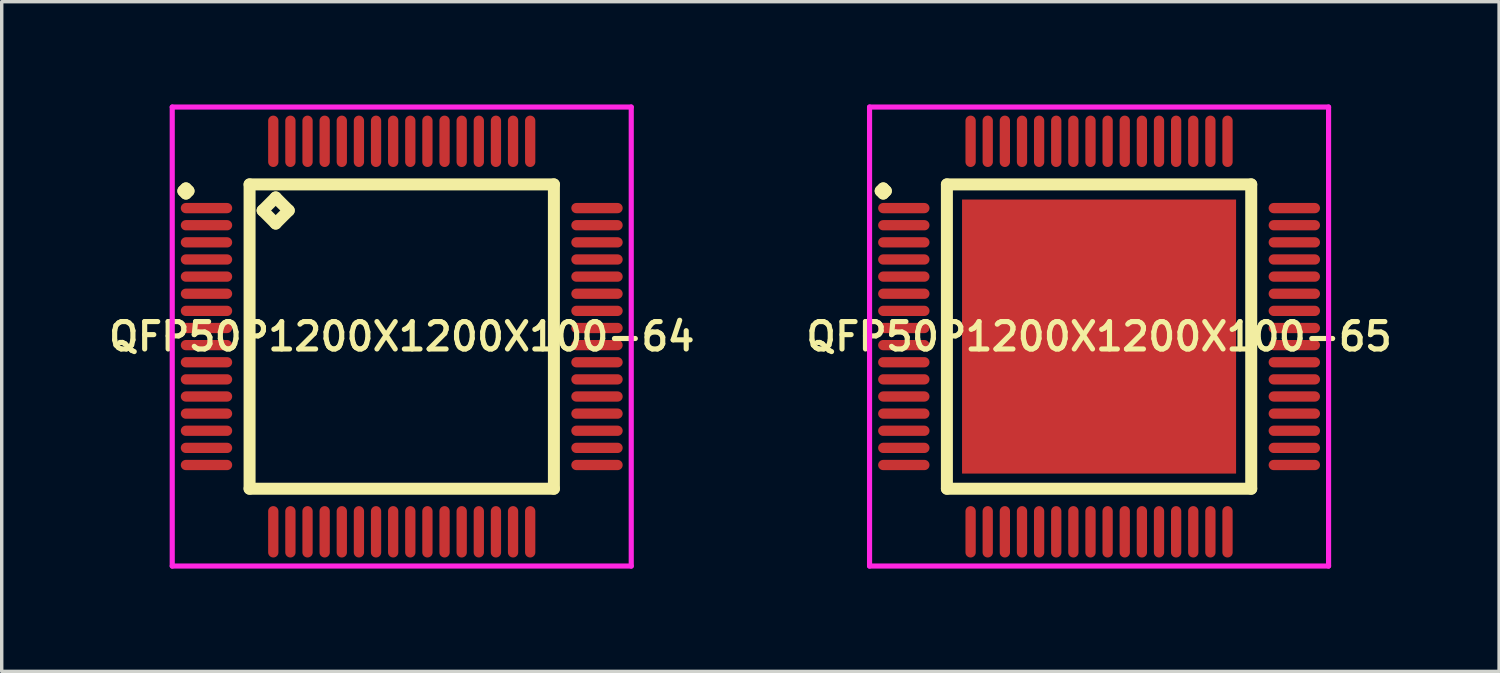
<source format=kicad_pcb>
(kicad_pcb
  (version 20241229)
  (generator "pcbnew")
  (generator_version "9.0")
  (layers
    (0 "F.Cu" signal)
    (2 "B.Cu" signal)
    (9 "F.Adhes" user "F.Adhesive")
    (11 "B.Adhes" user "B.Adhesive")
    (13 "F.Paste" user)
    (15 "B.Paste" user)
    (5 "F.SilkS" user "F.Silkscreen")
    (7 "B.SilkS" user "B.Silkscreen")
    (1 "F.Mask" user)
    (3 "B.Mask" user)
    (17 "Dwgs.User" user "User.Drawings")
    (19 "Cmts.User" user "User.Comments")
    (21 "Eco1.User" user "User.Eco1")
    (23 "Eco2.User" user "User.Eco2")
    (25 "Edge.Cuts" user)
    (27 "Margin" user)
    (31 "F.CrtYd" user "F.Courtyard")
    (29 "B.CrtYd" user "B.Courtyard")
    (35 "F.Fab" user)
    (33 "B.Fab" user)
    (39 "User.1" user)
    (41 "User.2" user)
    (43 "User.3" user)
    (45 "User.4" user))
  (footprint "QFP50P1200X1200X100-64"
    (layer "F.Cu")
    (at 8.678 6.775)
    (property "Reference" "QFP50P1200X1200X100-64" (at 0 0 0) (layer "F.SilkS") (effects (font (size 0.8 0.8) (thickness 0.15))))
    (attr through_hole)
    (fp_line (start -6.375 -4.25) (end -6.3 -4.325) (stroke (width 0.35) (type solid)) (layer "F.SilkS"))
    (fp_line (start -6.3 -4.325) (end -6.225 -4.25) (stroke (width 0.35) (type solid)) (layer "F.SilkS"))
    (fp_line (start -6.3 -4.175) (end -6.375 -4.25) (stroke (width 0.35) (type solid)) (layer "F.SilkS"))
    (fp_line (start -6.225 -4.25) (end -6.3 -4.175) (stroke (width 0.35) (type solid)) (layer "F.SilkS"))
    (fp_line (start -4.442 -4.442) (end -4.442 4.442) (stroke (width 0.35) (type solid)) (layer "F.SilkS"))
    (fp_line (start -4.442 4.442) (end 4.442 4.442) (stroke (width 0.35) (type solid)) (layer "F.SilkS"))
    (fp_line (start -4.061 -3.68) (end -3.68 -4.061) (stroke (width 0.35) (type solid)) (layer "F.SilkS"))
    (fp_line (start -3.68 -4.061) (end -3.299 -3.68) (stroke (width 0.35) (type solid)) (layer "F.SilkS"))
    (fp_line (start -3.68 -3.299) (end -4.061 -3.68) (stroke (width 0.35) (type solid)) (layer "F.SilkS"))
    (fp_line (start -3.299 -3.68) (end -3.68 -3.299) (stroke (width 0.35) (type solid)) (layer "F.SilkS"))
    (fp_line (start 4.442 -4.442) (end -4.442 -4.442) (stroke (width 0.35) (type solid)) (layer "F.SilkS"))
    (fp_line (start 4.442 4.442) (end 4.442 -4.442) (stroke (width 0.35) (type solid)) (layer "F.SilkS"))
    (fp_line (start -6.7 -6.7) (end 6.7 -6.7) (stroke (width 0.15) (type solid)) (layer "F.CrtYd"))
    (fp_line (start -6.7 6.7) (end -6.7 -6.7) (stroke (width 0.15) (type solid)) (layer "F.CrtYd"))
    (fp_line (start 6.7 -6.7) (end 6.7 6.7) (stroke (width 0.15) (type solid)) (layer "F.CrtYd"))
    (fp_line (start 6.7 6.7) (end -6.7 6.7) (stroke (width 0.15) (type solid)) (layer "F.CrtYd"))
    (pad "1" smd oval (at -5.7 -3.75) (size 1.5 0.3) (layers "F.Cu" "F.Mask" "F.Paste"))
    (pad "2" smd oval (at -5.7 -3.25) (size 1.5 0.3) (layers "F.Cu" "F.Mask" "F.Paste"))
    (pad "3" smd oval (at -5.7 -2.75) (size 1.5 0.3) (layers "F.Cu" "F.Mask" "F.Paste"))
    (pad "4" smd oval (at -5.7 -2.25) (size 1.5 0.3) (layers "F.Cu" "F.Mask" "F.Paste"))
    (pad "5" smd oval (at -5.7 -1.75) (size 1.5 0.3) (layers "F.Cu" "F.Mask" "F.Paste"))
    (pad "6" smd oval (at -5.7 -1.25) (size 1.5 0.3) (layers "F.Cu" "F.Mask" "F.Paste"))
    (pad "7" smd oval (at -5.7 -0.75) (size 1.5 0.3) (layers "F.Cu" "F.Mask" "F.Paste"))
    (pad "8" smd oval (at -5.7 -0.25) (size 1.5 0.3) (layers "F.Cu" "F.Mask" "F.Paste"))
    (pad "9" smd oval (at -5.7 0.25) (size 1.5 0.3) (layers "F.Cu" "F.Mask" "F.Paste"))
    (pad "10" smd oval (at -5.7 0.75) (size 1.5 0.3) (layers "F.Cu" "F.Mask" "F.Paste"))
    (pad "11" smd oval (at -5.7 1.25) (size 1.5 0.3) (layers "F.Cu" "F.Mask" "F.Paste"))
    (pad "12" smd oval (at -5.7 1.75) (size 1.5 0.3) (layers "F.Cu" "F.Mask" "F.Paste"))
    (pad "13" smd oval (at -5.7 2.25) (size 1.5 0.3) (layers "F.Cu" "F.Mask" "F.Paste"))
    (pad "14" smd oval (at -5.7 2.75) (size 1.5 0.3) (layers "F.Cu" "F.Mask" "F.Paste"))
    (pad "15" smd oval (at -5.7 3.25) (size 1.5 0.3) (layers "F.Cu" "F.Mask" "F.Paste"))
    (pad "16" smd oval (at -5.7 3.75) (size 1.5 0.3) (layers "F.Cu" "F.Mask" "F.Paste"))
    (pad "17" smd oval (at -3.75 5.7) (size 0.3 1.5) (layers "F.Cu" "F.Mask" "F.Paste"))
    (pad "18" smd oval (at -3.25 5.7) (size 0.3 1.5) (layers "F.Cu" "F.Mask" "F.Paste"))
    (pad "19" smd oval (at -2.75 5.7) (size 0.3 1.5) (layers "F.Cu" "F.Mask" "F.Paste"))
    (pad "20" smd oval (at -2.25 5.7) (size 0.3 1.5) (layers "F.Cu" "F.Mask" "F.Paste"))
    (pad "21" smd oval (at -1.75 5.7) (size 0.3 1.5) (layers "F.Cu" "F.Mask" "F.Paste"))
    (pad "22" smd oval (at -1.25 5.7) (size 0.3 1.5) (layers "F.Cu" "F.Mask" "F.Paste"))
    (pad "23" smd oval (at -0.75 5.7) (size 0.3 1.5) (layers "F.Cu" "F.Mask" "F.Paste"))
    (pad "24" smd oval (at -0.25 5.7) (size 0.3 1.5) (layers "F.Cu" "F.Mask" "F.Paste"))
    (pad "25" smd oval (at 0.25 5.7) (size 0.3 1.5) (layers "F.Cu" "F.Mask" "F.Paste"))
    (pad "26" smd oval (at 0.75 5.7) (size 0.3 1.5) (layers "F.Cu" "F.Mask" "F.Paste"))
    (pad "27" smd oval (at 1.25 5.7) (size 0.3 1.5) (layers "F.Cu" "F.Mask" "F.Paste"))
    (pad "28" smd oval (at 1.75 5.7) (size 0.3 1.5) (layers "F.Cu" "F.Mask" "F.Paste"))
    (pad "29" smd oval (at 2.25 5.7) (size 0.3 1.5) (layers "F.Cu" "F.Mask" "F.Paste"))
    (pad "30" smd oval (at 2.75 5.7) (size 0.3 1.5) (layers "F.Cu" "F.Mask" "F.Paste"))
    (pad "31" smd oval (at 3.25 5.7) (size 0.3 1.5) (layers "F.Cu" "F.Mask" "F.Paste"))
    (pad "32" smd oval (at 3.75 5.7) (size 0.3 1.5) (layers "F.Cu" "F.Mask" "F.Paste"))
    (pad "33" smd oval (at 5.7 3.75) (size 1.5 0.3) (layers "F.Cu" "F.Mask" "F.Paste"))
    (pad "34" smd oval (at 5.7 3.25) (size 1.5 0.3) (layers "F.Cu" "F.Mask" "F.Paste"))
    (pad "35" smd oval (at 5.7 2.75) (size 1.5 0.3) (layers "F.Cu" "F.Mask" "F.Paste"))
    (pad "36" smd oval (at 5.7 2.25) (size 1.5 0.3) (layers "F.Cu" "F.Mask" "F.Paste"))
    (pad "37" smd oval (at 5.7 1.75) (size 1.5 0.3) (layers "F.Cu" "F.Mask" "F.Paste"))
    (pad "38" smd oval (at 5.7 1.25) (size 1.5 0.3) (layers "F.Cu" "F.Mask" "F.Paste"))
    (pad "39" smd oval (at 5.7 0.75) (size 1.5 0.3) (layers "F.Cu" "F.Mask" "F.Paste"))
    (pad "40" smd oval (at 5.7 0.25) (size 1.5 0.3) (layers "F.Cu" "F.Mask" "F.Paste"))
    (pad "41" smd oval (at 5.7 -0.25) (size 1.5 0.3) (layers "F.Cu" "F.Mask" "F.Paste"))
    (pad "42" smd oval (at 5.7 -0.75) (size 1.5 0.3) (layers "F.Cu" "F.Mask" "F.Paste"))
    (pad "43" smd oval (at 5.7 -1.25) (size 1.5 0.3) (layers "F.Cu" "F.Mask" "F.Paste"))
    (pad "44" smd oval (at 5.7 -1.75) (size 1.5 0.3) (layers "F.Cu" "F.Mask" "F.Paste"))
    (pad "45" smd oval (at 5.7 -2.25) (size 1.5 0.3) (layers "F.Cu" "F.Mask" "F.Paste"))
    (pad "46" smd oval (at 5.7 -2.75) (size 1.5 0.3) (layers "F.Cu" "F.Mask" "F.Paste"))
    (pad "47" smd oval (at 5.7 -3.25) (size 1.5 0.3) (layers "F.Cu" "F.Mask" "F.Paste"))
    (pad "48" smd oval (at 5.7 -3.75) (size 1.5 0.3) (layers "F.Cu" "F.Mask" "F.Paste"))
    (pad "49" smd oval (at 3.75 -5.7) (size 0.3 1.5) (layers "F.Cu" "F.Mask" "F.Paste"))
    (pad "50" smd oval (at 3.25 -5.7) (size 0.3 1.5) (layers "F.Cu" "F.Mask" "F.Paste"))
    (pad "51" smd oval (at 2.75 -5.7) (size 0.3 1.5) (layers "F.Cu" "F.Mask" "F.Paste"))
    (pad "52" smd oval (at 2.25 -5.7) (size 0.3 1.5) (layers "F.Cu" "F.Mask" "F.Paste"))
    (pad "53" smd oval (at 1.75 -5.7) (size 0.3 1.5) (layers "F.Cu" "F.Mask" "F.Paste"))
    (pad "54" smd oval (at 1.25 -5.7) (size 0.3 1.5) (layers "F.Cu" "F.Mask" "F.Paste"))
    (pad "55" smd oval (at 0.75 -5.7) (size 0.3 1.5) (layers "F.Cu" "F.Mask" "F.Paste"))
    (pad "56" smd oval (at 0.25 -5.7) (size 0.3 1.5) (layers "F.Cu" "F.Mask" "F.Paste"))
    (pad "57" smd oval (at -0.25 -5.7) (size 0.3 1.5) (layers "F.Cu" "F.Mask" "F.Paste"))
    (pad "58" smd oval (at -0.75 -5.7) (size 0.3 1.5) (layers "F.Cu" "F.Mask" "F.Paste"))
    (pad "59" smd oval (at -1.25 -5.7) (size 0.3 1.5) (layers "F.Cu" "F.Mask" "F.Paste"))
    (pad "60" smd oval (at -1.75 -5.7) (size 0.3 1.5) (layers "F.Cu" "F.Mask" "F.Paste"))
    (pad "61" smd oval (at -2.25 -5.7) (size 0.3 1.5) (layers "F.Cu" "F.Mask" "F.Paste"))
    (pad "62" smd oval (at -2.75 -5.7) (size 0.3 1.5) (layers "F.Cu" "F.Mask" "F.Paste"))
    (pad "63" smd oval (at -3.25 -5.7) (size 0.3 1.5) (layers "F.Cu" "F.Mask" "F.Paste"))
    (pad "64" smd oval (at -3.75 -5.7) (size 0.3 1.5) (layers "F.Cu" "F.Mask" "F.Paste")))
  (footprint "QFP50P1200X1200X100-65"
    (layer "F.Cu")
    (at 29.035 6.775)
    (property "Reference" "QFP50P1200X1200X100-65" (at 0 0 0) (layer "F.SilkS") (effects (font (size 0.8 0.8) (thickness 0.15))))
    (attr smd)
    (fp_line (start -6.375 -4.25) (end -6.3 -4.325) (stroke (width 0.35) (type solid)) (layer "F.SilkS"))
    (fp_line (start -6.3 -4.325) (end -6.225 -4.25) (stroke (width 0.35) (type solid)) (layer "F.SilkS"))
    (fp_line (start -6.3 -4.175) (end -6.375 -4.25) (stroke (width 0.35) (type solid)) (layer "F.SilkS"))
    (fp_line (start -6.225 -4.25) (end -6.3 -4.175) (stroke (width 0.35) (type solid)) (layer "F.SilkS"))
    (fp_line (start -4.442 -4.442) (end -4.442 4.442) (stroke (width 0.35) (type solid)) (layer "F.SilkS"))
    (fp_line (start -4.442 4.442) (end 4.442 4.442) (stroke (width 0.35) (type solid)) (layer "F.SilkS"))
    (fp_line (start 4.442 -4.442) (end -4.442 -4.442) (stroke (width 0.35) (type solid)) (layer "F.SilkS"))
    (fp_line (start 4.442 4.442) (end 4.442 -4.442) (stroke (width 0.35) (type solid)) (layer "F.SilkS"))
    (fp_line (start -6.7 -6.7) (end 6.7 -6.7) (stroke (width 0.15) (type solid)) (layer "F.CrtYd"))
    (fp_line (start -6.7 6.7) (end -6.7 -6.7) (stroke (width 0.15) (type solid)) (layer "F.CrtYd"))
    (fp_line (start 6.7 -6.7) (end 6.7 6.7) (stroke (width 0.15) (type solid)) (layer "F.CrtYd"))
    (fp_line (start 6.7 6.7) (end -6.7 6.7) (stroke (width 0.15) (type solid)) (layer "F.CrtYd"))
    (pad "1" smd oval (at -5.7 -3.75) (size 1.5 0.3) (layers "F.Cu" "F.Mask" "F.Paste"))
    (pad "2" smd oval (at -5.7 -3.25) (size 1.5 0.3) (layers "F.Cu" "F.Mask" "F.Paste"))
    (pad "3" smd oval (at -5.7 -2.75) (size 1.5 0.3) (layers "F.Cu" "F.Mask" "F.Paste"))
    (pad "4" smd oval (at -5.7 -2.25) (size 1.5 0.3) (layers "F.Cu" "F.Mask" "F.Paste"))
    (pad "5" smd oval (at -5.7 -1.75) (size 1.5 0.3) (layers "F.Cu" "F.Mask" "F.Paste"))
    (pad "6" smd oval (at -5.7 -1.25) (size 1.5 0.3) (layers "F.Cu" "F.Mask" "F.Paste"))
    (pad "7" smd oval (at -5.7 -0.75) (size 1.5 0.3) (layers "F.Cu" "F.Mask" "F.Paste"))
    (pad "8" smd oval (at -5.7 -0.25) (size 1.5 0.3) (layers "F.Cu" "F.Mask" "F.Paste"))
    (pad "9" smd oval (at -5.7 0.25) (size 1.5 0.3) (layers "F.Cu" "F.Mask" "F.Paste"))
    (pad "10" smd oval (at -5.7 0.75) (size 1.5 0.3) (layers "F.Cu" "F.Mask" "F.Paste"))
    (pad "11" smd oval (at -5.7 1.25) (size 1.5 0.3) (layers "F.Cu" "F.Mask" "F.Paste"))
    (pad "12" smd oval (at -5.7 1.75) (size 1.5 0.3) (layers "F.Cu" "F.Mask" "F.Paste"))
    (pad "13" smd oval (at -5.7 2.25) (size 1.5 0.3) (layers "F.Cu" "F.Mask" "F.Paste"))
    (pad "14" smd oval (at -5.7 2.75) (size 1.5 0.3) (layers "F.Cu" "F.Mask" "F.Paste"))
    (pad "15" smd oval (at -5.7 3.25) (size 1.5 0.3) (layers "F.Cu" "F.Mask" "F.Paste"))
    (pad "16" smd oval (at -5.7 3.75) (size 1.5 0.3) (layers "F.Cu" "F.Mask" "F.Paste"))
    (pad "17" smd oval (at -3.75 5.7) (size 0.3 1.5) (layers "F.Cu" "F.Mask" "F.Paste"))
    (pad "18" smd oval (at -3.25 5.7) (size 0.3 1.5) (layers "F.Cu" "F.Mask" "F.Paste"))
    (pad "19" smd oval (at -2.75 5.7) (size 0.3 1.5) (layers "F.Cu" "F.Mask" "F.Paste"))
    (pad "20" smd oval (at -2.25 5.7) (size 0.3 1.5) (layers "F.Cu" "F.Mask" "F.Paste"))
    (pad "21" smd oval (at -1.75 5.7) (size 0.3 1.5) (layers "F.Cu" "F.Mask" "F.Paste"))
    (pad "22" smd oval (at -1.25 5.7) (size 0.3 1.5) (layers "F.Cu" "F.Mask" "F.Paste"))
    (pad "23" smd oval (at -0.75 5.7) (size 0.3 1.5) (layers "F.Cu" "F.Mask" "F.Paste"))
    (pad "24" smd oval (at -0.25 5.7) (size 0.3 1.5) (layers "F.Cu" "F.Mask" "F.Paste"))
    (pad "25" smd oval (at 0.25 5.7) (size 0.3 1.5) (layers "F.Cu" "F.Mask" "F.Paste"))
    (pad "26" smd oval (at 0.75 5.7) (size 0.3 1.5) (layers "F.Cu" "F.Mask" "F.Paste"))
    (pad "27" smd oval (at 1.25 5.7) (size 0.3 1.5) (layers "F.Cu" "F.Mask" "F.Paste"))
    (pad "28" smd oval (at 1.75 5.7) (size 0.3 1.5) (layers "F.Cu" "F.Mask" "F.Paste"))
    (pad "29" smd oval (at 2.25 5.7) (size 0.3 1.5) (layers "F.Cu" "F.Mask" "F.Paste"))
    (pad "30" smd oval (at 2.75 5.7) (size 0.3 1.5) (layers "F.Cu" "F.Mask" "F.Paste"))
    (pad "31" smd oval (at 3.25 5.7) (size 0.3 1.5) (layers "F.Cu" "F.Mask" "F.Paste"))
    (pad "32" smd oval (at 3.75 5.7) (size 0.3 1.5) (layers "F.Cu" "F.Mask" "F.Paste"))
    (pad "33" smd oval (at 5.7 3.75) (size 1.5 0.3) (layers "F.Cu" "F.Mask" "F.Paste"))
    (pad "34" smd oval (at 5.7 3.25) (size 1.5 0.3) (layers "F.Cu" "F.Mask" "F.Paste"))
    (pad "35" smd oval (at 5.7 2.75) (size 1.5 0.3) (layers "F.Cu" "F.Mask" "F.Paste"))
    (pad "36" smd oval (at 5.7 2.25) (size 1.5 0.3) (layers "F.Cu" "F.Mask" "F.Paste"))
    (pad "37" smd oval (at 5.7 1.75) (size 1.5 0.3) (layers "F.Cu" "F.Mask" "F.Paste"))
    (pad "38" smd oval (at 5.7 1.25) (size 1.5 0.3) (layers "F.Cu" "F.Mask" "F.Paste"))
    (pad "39" smd oval (at 5.7 0.75) (size 1.5 0.3) (layers "F.Cu" "F.Mask" "F.Paste"))
    (pad "40" smd oval (at 5.7 0.25) (size 1.5 0.3) (layers "F.Cu" "F.Mask" "F.Paste"))
    (pad "41" smd oval (at 5.7 -0.25) (size 1.5 0.3) (layers "F.Cu" "F.Mask" "F.Paste"))
    (pad "42" smd oval (at 5.7 -0.75) (size 1.5 0.3) (layers "F.Cu" "F.Mask" "F.Paste"))
    (pad "43" smd oval (at 5.7 -1.25) (size 1.5 0.3) (layers "F.Cu" "F.Mask" "F.Paste"))
    (pad "44" smd oval (at 5.7 -1.75) (size 1.5 0.3) (layers "F.Cu" "F.Mask" "F.Paste"))
    (pad "45" smd oval (at 5.7 -2.25) (size 1.5 0.3) (layers "F.Cu" "F.Mask" "F.Paste"))
    (pad "46" smd oval (at 5.7 -2.75) (size 1.5 0.3) (layers "F.Cu" "F.Mask" "F.Paste"))
    (pad "47" smd oval (at 5.7 -3.25) (size 1.5 0.3) (layers "F.Cu" "F.Mask" "F.Paste"))
    (pad "48" smd oval (at 5.7 -3.75) (size 1.5 0.3) (layers "F.Cu" "F.Mask" "F.Paste"))
    (pad "49" smd oval (at 3.75 -5.7) (size 0.3 1.5) (layers "F.Cu" "F.Mask" "F.Paste"))
    (pad "50" smd oval (at 3.25 -5.7) (size 0.3 1.5) (layers "F.Cu" "F.Mask" "F.Paste"))
    (pad "51" smd oval (at 2.75 -5.7) (size 0.3 1.5) (layers "F.Cu" "F.Mask" "F.Paste"))
    (pad "52" smd oval (at 2.25 -5.7) (size 0.3 1.5) (layers "F.Cu" "F.Mask" "F.Paste"))
    (pad "53" smd oval (at 1.75 -5.7) (size 0.3 1.5) (layers "F.Cu" "F.Mask" "F.Paste"))
    (pad "54" smd oval (at 1.25 -5.7) (size 0.3 1.5) (layers "F.Cu" "F.Mask" "F.Paste"))
    (pad "55" smd oval (at 0.75 -5.7) (size 0.3 1.5) (layers "F.Cu" "F.Mask" "F.Paste"))
    (pad "56" smd oval (at 0.25 -5.7) (size 0.3 1.5) (layers "F.Cu" "F.Mask" "F.Paste"))
    (pad "57" smd oval (at -0.25 -5.7) (size 0.3 1.5) (layers "F.Cu" "F.Mask" "F.Paste"))
    (pad "58" smd oval (at -0.75 -5.7) (size 0.3 1.5) (layers "F.Cu" "F.Mask" "F.Paste"))
    (pad "59" smd oval (at -1.25 -5.7) (size 0.3 1.5) (layers "F.Cu" "F.Mask" "F.Paste"))
    (pad "60" smd oval (at -1.75 -5.7) (size 0.3 1.5) (layers "F.Cu" "F.Mask" "F.Paste"))
    (pad "61" smd oval (at -2.25 -5.7) (size 0.3 1.5) (layers "F.Cu" "F.Mask" "F.Paste"))
    (pad "62" smd oval (at -2.75 -5.7) (size 0.3 1.5) (layers "F.Cu" "F.Mask" "F.Paste"))
    (pad "63" smd oval (at -3.25 -5.7) (size 0.3 1.5) (layers "F.Cu" "F.Mask" "F.Paste"))
    (pad "64" smd oval (at -3.75 -5.7) (size 0.3 1.5) (layers "F.Cu" "F.Mask" "F.Paste"))
    (pad "65" smd rect (at 0 0) (size 8 8) (layers "F.Cu" "F.Mask" "F.Paste")))
  (gr_rect
    (start -3 -3)
    (end 40.713 16.55)
    (stroke (width 0.1) (type default))
    (fill no)
    (layer "Edge.Cuts")))
</source>
